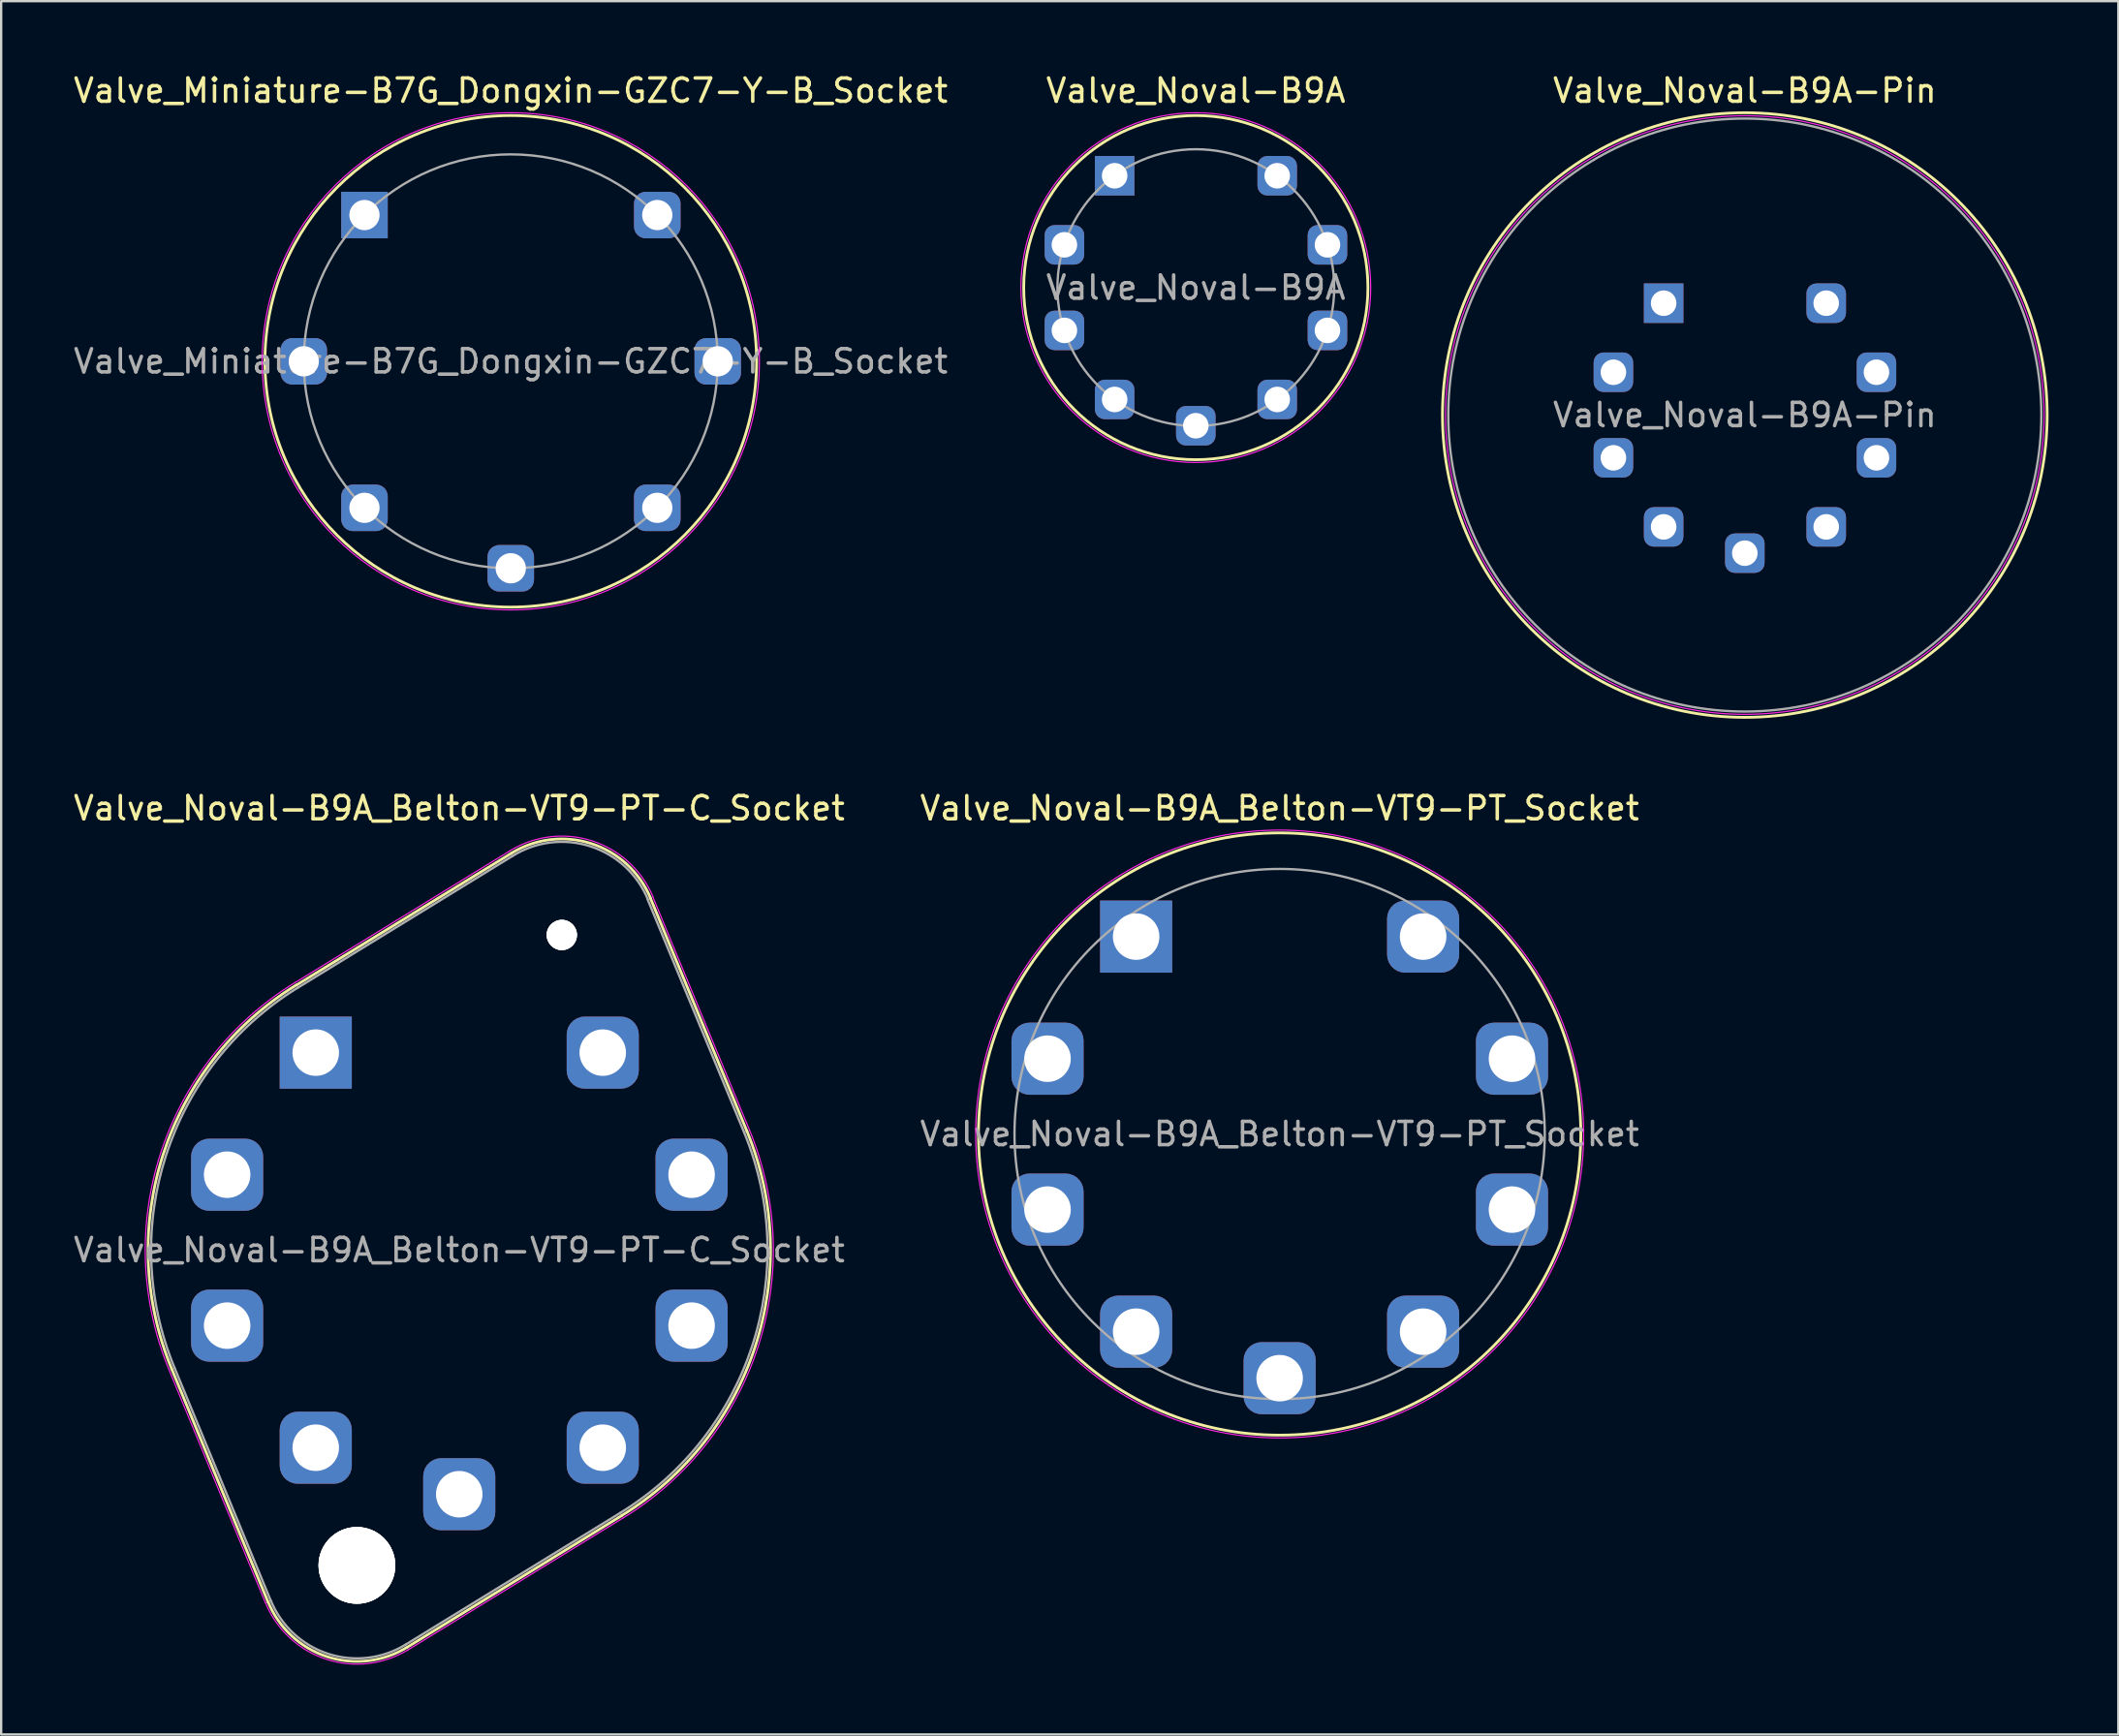
<source format=kicad_pcb>
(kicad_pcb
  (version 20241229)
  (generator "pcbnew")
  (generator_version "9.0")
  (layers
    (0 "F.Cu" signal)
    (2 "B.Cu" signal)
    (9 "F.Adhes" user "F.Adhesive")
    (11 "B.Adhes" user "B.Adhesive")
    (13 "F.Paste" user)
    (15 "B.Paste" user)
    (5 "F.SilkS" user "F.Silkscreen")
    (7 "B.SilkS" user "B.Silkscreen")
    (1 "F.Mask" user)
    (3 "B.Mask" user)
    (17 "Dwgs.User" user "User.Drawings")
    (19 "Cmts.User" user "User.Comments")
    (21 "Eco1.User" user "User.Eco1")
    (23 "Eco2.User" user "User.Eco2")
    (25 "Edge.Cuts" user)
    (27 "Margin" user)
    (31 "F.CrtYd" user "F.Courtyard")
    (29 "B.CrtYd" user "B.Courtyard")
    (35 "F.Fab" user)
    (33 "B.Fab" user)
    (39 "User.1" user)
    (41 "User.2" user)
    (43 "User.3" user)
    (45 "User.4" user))
  (footprint "Valve_Noval-B9A-Pin"
    (layer "F.Cu")
    (at 68.481 9.988)
    (property "Reference" "Valve_Noval-B9A-Pin" (at 3.49 -9.14 0) (layer "F.SilkS") (effects (font (size 1 1) (thickness 0.15))))
    (attr through_hole)
    (fp_circle (center 3.49 4.81) (end 16.49 4.81) (stroke (width 0.12) (type solid)) (fill no) (layer "F.SilkS"))
    (fp_circle (center 3.49 4.81) (end 16.36 4.81) (stroke (width 0.05) (type solid)) (fill no) (layer "F.CrtYd"))
    (fp_circle (center 3.49 4.81) (end 16.24 4.81) (stroke (width 0.1) (type solid)) (fill no) (layer "F.Fab"))
    (fp_text user "${REFERENCE}" (at 3.49 4.81 0) (layer "F.Fab") (effects (font (size 1 1) (thickness 0.15))))
    (pad "1" thru_hole rect (at 0 0) (size 1.7 1.7) (drill 1.1) (layers "*.Cu" "*.Mask"))
    (pad "2" thru_hole roundrect (at -2.16 2.97) (size 1.7 1.7) (drill 1.1) (layers "*.Cu" "*.Mask") (roundrect_rratio 0.25))
    (pad "3" thru_hole roundrect (at -2.16 6.65) (size 1.7 1.7) (drill 1.1) (layers "*.Cu" "*.Mask") (roundrect_rratio 0.25))
    (pad "4" thru_hole roundrect (at 0 9.62) (size 1.7 1.7) (drill 1.1) (layers "*.Cu" "*.Mask") (roundrect_rratio 0.25))
    (pad "5" thru_hole roundrect (at 3.49 10.75) (size 1.7 1.7) (drill 1.1) (layers "*.Cu" "*.Mask") (roundrect_rratio 0.25))
    (pad "6" thru_hole roundrect (at 6.99 9.62) (size 1.7 1.7) (drill 1.1) (layers "*.Cu" "*.Mask") (roundrect_rratio 0.25))
    (pad "7" thru_hole roundrect (at 9.15 6.65) (size 1.7 1.7) (drill 1.1) (layers "*.Cu" "*.Mask") (roundrect_rratio 0.25))
    (pad "8" thru_hole roundrect (at 9.15 2.97) (size 1.7 1.7) (drill 1.1) (layers "*.Cu" "*.Mask") (roundrect_rratio 0.25))
    (pad "9" thru_hole roundrect (at 6.99 0) (size 1.7 1.7) (drill 1.1) (layers "*.Cu" "*.Mask") (roundrect_rratio 0.25)))
  (footprint "Valve_Miniature-B7G_Dongxin-GZC7-Y-B_Socket"
    (layer "F.Cu")
    (at 12.621 6.198)
    (property "Reference" "Valve_Miniature-B7G_Dongxin-GZC7-Y-B_Socket" (at 6.29 -5.35 0) (layer "F.SilkS") (effects (font (size 1 1) (thickness 0.15))))
    (attr through_hole)
    (fp_circle (center 6.29 6.29) (end 16.86 6.29) (stroke (width 0.12) (type solid)) (fill no) (layer "F.SilkS"))
    (fp_circle (center 6.29 6.29) (end 16.98 6.29) (stroke (width 0.05) (type solid)) (fill no) (layer "F.CrtYd"))
    (fp_circle (center 6.29 6.29) (end 15.19 6.29) (stroke (width 0.1) (type solid)) (fill no) (layer "F.Fab"))
    (fp_text user "${REFERENCE}" (at 6.29 6.29 0) (layer "F.Fab") (effects (font (size 1 1) (thickness 0.15))))
    (pad "1" thru_hole rect (at 0 0) (size 2 2) (drill 1.3) (layers "*.Cu" "*.Mask"))
    (pad "2" thru_hole roundrect (at -2.61 6.29) (size 2 2) (drill 1.3) (layers "*.Cu" "*.Mask") (roundrect_rratio 0.25))
    (pad "3" thru_hole roundrect (at 0 12.59) (size 2 2) (drill 1.3) (layers "*.Cu" "*.Mask") (roundrect_rratio 0.25))
    (pad "4" thru_hole roundrect (at 6.29 15.19) (size 2 2) (drill 1.3) (layers "*.Cu" "*.Mask") (roundrect_rratio 0.25))
    (pad "5" thru_hole roundrect (at 12.59 12.59) (size 2 2) (drill 1.3) (layers "*.Cu" "*.Mask") (roundrect_rratio 0.25))
    (pad "6" thru_hole roundrect (at 15.19 6.29) (size 2 2) (drill 1.3) (layers "*.Cu" "*.Mask") (roundrect_rratio 0.25))
    (pad "7" thru_hole roundrect (at 12.59 0) (size 2 2) (drill 1.3) (layers "*.Cu" "*.Mask") (roundrect_rratio 0.25)))
  (footprint "Valve_Noval-B9A"
    (layer "F.Cu")
    (at 44.876 4.508)
    (property "Reference" "Valve_Noval-B9A" (at 3.49 -3.66 0) (layer "F.SilkS") (effects (font (size 1 1) (thickness 0.15))))
    (attr through_hole)
    (fp_circle (center 3.49 4.81) (end 10.89 4.81) (stroke (width 0.12) (type solid)) (fill no) (layer "F.SilkS"))
    (fp_circle (center 3.49 4.81) (end 11.01 4.81) (stroke (width 0.05) (type solid)) (fill no) (layer "F.CrtYd"))
    (fp_circle (center 3.49 4.81) (end 9.44 4.81) (stroke (width 0.1) (type solid)) (fill no) (layer "F.Fab"))
    (fp_text user "${REFERENCE}" (at 3.49 4.81 0) (layer "F.Fab") (effects (font (size 1 1) (thickness 0.15))))
    (pad "1" thru_hole rect (at 0 0) (size 1.7 1.7) (drill 1.1) (layers "*.Cu" "*.Mask"))
    (pad "2" thru_hole roundrect (at -2.16 2.97) (size 1.7 1.7) (drill 1.1) (layers "*.Cu" "*.Mask") (roundrect_rratio 0.25))
    (pad "3" thru_hole roundrect (at -2.16 6.65) (size 1.7 1.7) (drill 1.1) (layers "*.Cu" "*.Mask") (roundrect_rratio 0.25))
    (pad "4" thru_hole roundrect (at 0 9.62) (size 1.7 1.7) (drill 1.1) (layers "*.Cu" "*.Mask") (roundrect_rratio 0.25))
    (pad "5" thru_hole roundrect (at 3.49 10.75) (size 1.7 1.7) (drill 1.1) (layers "*.Cu" "*.Mask") (roundrect_rratio 0.25))
    (pad "6" thru_hole roundrect (at 6.99 9.62) (size 1.7 1.7) (drill 1.1) (layers "*.Cu" "*.Mask") (roundrect_rratio 0.25))
    (pad "7" thru_hole roundrect (at 9.15 6.65) (size 1.7 1.7) (drill 1.1) (layers "*.Cu" "*.Mask") (roundrect_rratio 0.25))
    (pad "8" thru_hole roundrect (at 9.15 2.97) (size 1.7 1.7) (drill 1.1) (layers "*.Cu" "*.Mask") (roundrect_rratio 0.25))
    (pad "9" thru_hole roundrect (at 6.99 0) (size 1.7 1.7) (drill 1.1) (layers "*.Cu" "*.Mask") (roundrect_rratio 0.25)))
  (footprint "Valve_Noval-B9A_Belton-VT9-PT-C_Socket"
    (layer "F.Cu")
    (at 10.526 42.217)
    (property "Reference" "Valve_Noval-B9A_Belton-VT9-PT-C_Socket" (at 6.17 -10.51 0) (layer "F.SilkS") (effects (font (size 1 1) (thickness 0.15))))
    (attr through_hole)
    (fp_line (start -2.05 23.63) (end -6.19 13.61) (stroke (width 0.12) (type solid)) (layer "F.SilkS"))
    (fp_line (start -0.82 -2.91) (end 8.42 -8.58) (stroke (width 0.12) (type solid)) (layer "F.SilkS"))
    (fp_line (start 3.93 25.57) (end 13.17 19.9) (stroke (width 0.12) (type solid)) (layer "F.SilkS"))
    (fp_line (start 14.39 -6.64) (end 18.54 3.38) (stroke (width 0.12) (type solid)) (layer "F.SilkS"))
    (fp_arc (start -6.19 13.61) (mid -6.555594 4.361653) (end -0.830446 -2.910779) (stroke (width 0.12) (type solid)) (layer "F.SilkS"))
    (fp_arc (start 3.93 25.57) (mid 0.494465 25.977978) (end -2.045941 23.629428) (stroke (width 0.12) (type solid)) (layer "F.SilkS"))
    (fp_arc (start 8.42 -8.58) (mid 11.855535 -8.987978) (end 14.395941 -6.639428) (stroke (width 0.12) (type solid)) (layer "F.SilkS"))
    (fp_arc (start 18.54 3.38) (mid 18.89671 12.632445) (end 13.162143 19.902227) (stroke (width 0.12) (type solid)) (layer "F.SilkS"))
    (fp_line (start -2.16 23.67) (end -6.3 13.66) (stroke (width 0.05) (type solid)) (layer "F.CrtYd"))
    (fp_line (start -0.89 -3.01) (end 8.35 -8.68) (stroke (width 0.05) (type solid)) (layer "F.CrtYd"))
    (fp_line (start 3.99 25.67) (end 13.23 20) (stroke (width 0.05) (type solid)) (layer "F.CrtYd"))
    (fp_line (start 14.5 -6.68) (end 18.65 3.33) (stroke (width 0.05) (type solid)) (layer "F.CrtYd"))
    (fp_arc (start -6.3 13.66) (mid -6.671726 4.328284) (end -0.897126 -3.011545) (stroke (width 0.05) (type solid)) (layer "F.CrtYd"))
    (fp_arc (start 3.99 25.67) (mid 0.457343 26.088531) (end -2.154134 23.672952) (stroke (width 0.05) (type solid)) (layer "F.CrtYd"))
    (fp_arc (start 8.35 -8.68) (mid 11.886166 -9.106138) (end 14.505707 -6.692827) (stroke (width 0.05) (type solid)) (layer "F.CrtYd"))
    (fp_arc (start 18.65 3.33) (mid 19.012842 12.665813) (end 13.228824 20.002993) (stroke (width 0.05) (type solid)) (layer "F.CrtYd"))
    (fp_line (start -1.93 23.58) (end -6.07 13.56) (stroke (width 0.1) (type solid)) (layer "F.Fab"))
    (fp_line (start -0.76 -2.8) (end 8.48 -8.47) (stroke (width 0.1) (type solid)) (layer "F.Fab"))
    (fp_line (start 3.86 25.46) (end 13.1 19.79) (stroke (width 0.1) (type solid)) (layer "F.Fab"))
    (fp_line (start 14.27 -6.59) (end 18.42 3.43) (stroke (width 0.1) (type solid)) (layer "F.Fab"))
    (fp_arc (start -6.07 13.56) (mid -6.431856 4.401512) (end -0.762193 -2.800137) (stroke (width 0.1) (type solid)) (layer "F.Fab"))
    (fp_arc (start 3.86 25.46) (mid 0.532702 25.853327) (end -1.9263 23.577602) (stroke (width 0.1) (type solid)) (layer "F.Fab"))
    (fp_arc (start 8.48 -8.47) (mid 11.810806 -8.870934) (end 14.277873 -6.597478) (stroke (width 0.1) (type solid)) (layer "F.Fab"))
    (fp_arc (start 18.42 3.43) (mid 18.772971 12.592586) (end 13.09389 19.791586) (stroke (width 0.1) (type solid)) (layer "F.Fab"))
    (fp_text user "${REFERENCE}" (at 6.17 8.49 0) (layer "F.Fab") (effects (font (size 1 1) (thickness 0.15))))
    (pad "" np_thru_hole circle (at 1.77 22.05) (size 3.3 3.3) (drill 3.3) (layers "*.Cu" "*.Mask"))
    (pad "" np_thru_hole circle (at 1.77 22.05) (size 3.3 3.3) (drill 3.3) (layers "*.Cu" "*.Mask"))
    (pad "" np_thru_hole circle (at 1.77 22.05) (size 3.3 3.3) (drill 3.3) (layers "*.Cu" "*.Mask"))
    (pad "" np_thru_hole circle (at 10.58 -5.06) (size 1.3 1.3) (drill 1.3) (layers "*.Cu" "*.Mask"))
    (pad "" np_thru_hole circle (at 10.58 -5.06) (size 1.3 1.3) (drill 1.3) (layers "*.Cu" "*.Mask"))
    (pad "" np_thru_hole circle (at 10.58 -5.06) (size 1.3 1.3) (drill 1.3) (layers "*.Cu" "*.Mask"))
    (pad "1" thru_hole rect (at 0 0) (size 3.1 3.1) (drill 2) (layers "*.Cu" "*.Mask"))
    (pad "2" thru_hole roundrect (at -3.81 5.25) (size 3.1 3.1) (drill 2) (layers "*.Cu" "*.Mask") (roundrect_rratio 0.25))
    (pad "3" thru_hole roundrect (at -3.81 11.74) (size 3.1 3.1) (drill 2) (layers "*.Cu" "*.Mask") (roundrect_rratio 0.25))
    (pad "4" thru_hole roundrect (at 0 16.99) (size 3.1 3.1) (drill 2) (layers "*.Cu" "*.Mask") (roundrect_rratio 0.25))
    (pad "5" thru_hole roundrect (at 6.17 18.99) (size 3.1 3.1) (drill 2) (layers "*.Cu" "*.Mask") (roundrect_rratio 0.25))
    (pad "6" thru_hole roundrect (at 12.34 16.99) (size 3.1 3.1) (drill 2) (layers "*.Cu" "*.Mask") (roundrect_rratio 0.25))
    (pad "7" thru_hole roundrect (at 16.16 11.74) (size 3.1 3.1) (drill 2) (layers "*.Cu" "*.Mask") (roundrect_rratio 0.25))
    (pad "8" thru_hole roundrect (at 16.16 5.25) (size 3.1 3.1) (drill 2) (layers "*.Cu" "*.Mask") (roundrect_rratio 0.25))
    (pad "9" thru_hole roundrect (at 12.34 0) (size 3.1 3.1) (drill 2) (layers "*.Cu" "*.Mask") (roundrect_rratio 0.25)))
  (footprint "Valve_Noval-B9A_Belton-VT9-PT_Socket"
    (layer "F.Cu")
    (at 45.8 37.227)
    (property "Reference" "Valve_Noval-B9A_Belton-VT9-PT_Socket" (at 6.17 -5.52 0) (layer "F.SilkS") (effects (font (size 1 1) (thickness 0.15))))
    (attr through_hole)
    (fp_circle (center 6.17 8.49) (end 19.12 8.49) (stroke (width 0.12) (type solid)) (fill no) (layer "F.SilkS"))
    (fp_circle (center 6.17 8.49) (end 19.24 8.49) (stroke (width 0.05) (type solid)) (fill no) (layer "F.CrtYd"))
    (fp_circle (center 6.17 8.49) (end 17.57 8.49) (stroke (width 0.1) (type solid)) (fill no) (layer "F.Fab"))
    (fp_text user "${REFERENCE}" (at 6.17 8.49 0) (layer "F.Fab") (effects (font (size 1 1) (thickness 0.15))))
    (pad "1" thru_hole rect (at 0 0) (size 3.1 3.1) (drill 2) (layers "*.Cu" "*.Mask"))
    (pad "2" thru_hole roundrect (at -3.81 5.25) (size 3.1 3.1) (drill 2) (layers "*.Cu" "*.Mask") (roundrect_rratio 0.25))
    (pad "3" thru_hole roundrect (at -3.81 11.74) (size 3.1 3.1) (drill 2) (layers "*.Cu" "*.Mask") (roundrect_rratio 0.25))
    (pad "4" thru_hole roundrect (at 0 16.99) (size 3.1 3.1) (drill 2) (layers "*.Cu" "*.Mask") (roundrect_rratio 0.25))
    (pad "5" thru_hole roundrect (at 6.17 18.99) (size 3.1 3.1) (drill 2) (layers "*.Cu" "*.Mask") (roundrect_rratio 0.25))
    (pad "6" thru_hole roundrect (at 12.34 16.99) (size 3.1 3.1) (drill 2) (layers "*.Cu" "*.Mask") (roundrect_rratio 0.25))
    (pad "7" thru_hole roundrect (at 16.16 11.74) (size 3.1 3.1) (drill 2) (layers "*.Cu" "*.Mask") (roundrect_rratio 0.25))
    (pad "8" thru_hole roundrect (at 16.16 5.25) (size 3.1 3.1) (drill 2) (layers "*.Cu" "*.Mask") (roundrect_rratio 0.25))
    (pad "9" thru_hole roundrect (at 12.34 0) (size 3.1 3.1) (drill 2) (layers "*.Cu" "*.Mask") (roundrect_rratio 0.25)))
  (gr_rect
    (start -3 -3)
    (end 88.031 71.538)
    (stroke (width 0.1) (type default))
    (fill no)
    (layer "Edge.Cuts")))
</source>
